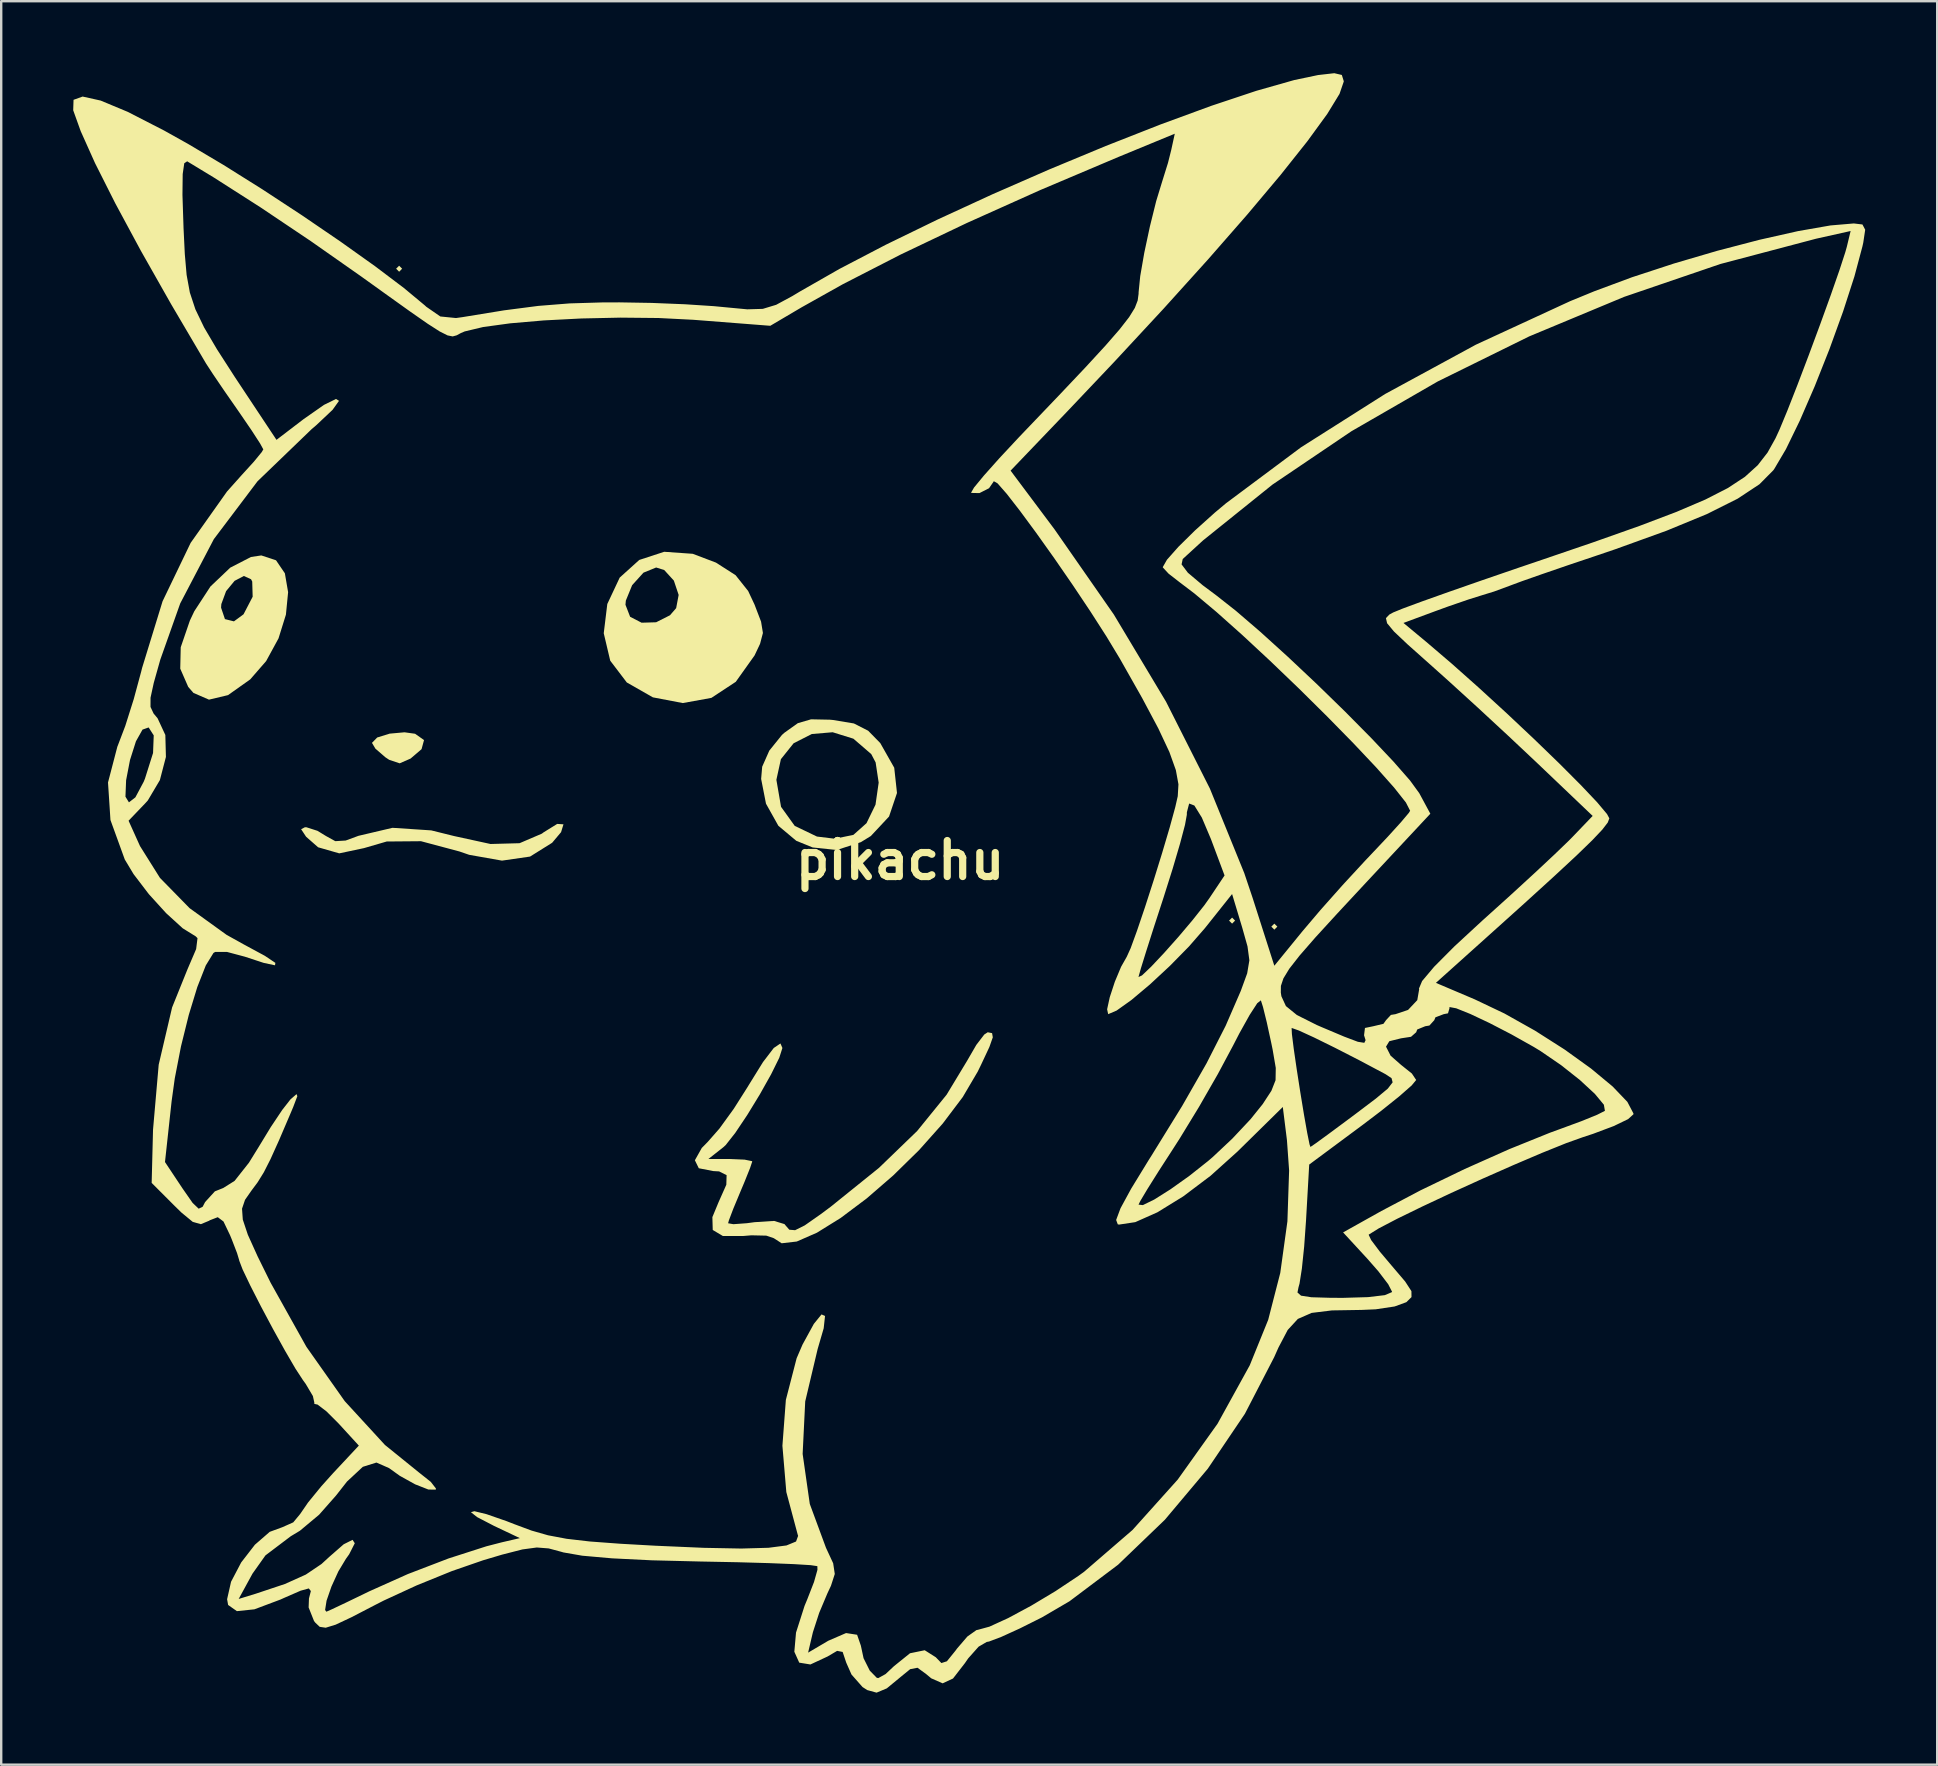
<source format=kicad_pcb>
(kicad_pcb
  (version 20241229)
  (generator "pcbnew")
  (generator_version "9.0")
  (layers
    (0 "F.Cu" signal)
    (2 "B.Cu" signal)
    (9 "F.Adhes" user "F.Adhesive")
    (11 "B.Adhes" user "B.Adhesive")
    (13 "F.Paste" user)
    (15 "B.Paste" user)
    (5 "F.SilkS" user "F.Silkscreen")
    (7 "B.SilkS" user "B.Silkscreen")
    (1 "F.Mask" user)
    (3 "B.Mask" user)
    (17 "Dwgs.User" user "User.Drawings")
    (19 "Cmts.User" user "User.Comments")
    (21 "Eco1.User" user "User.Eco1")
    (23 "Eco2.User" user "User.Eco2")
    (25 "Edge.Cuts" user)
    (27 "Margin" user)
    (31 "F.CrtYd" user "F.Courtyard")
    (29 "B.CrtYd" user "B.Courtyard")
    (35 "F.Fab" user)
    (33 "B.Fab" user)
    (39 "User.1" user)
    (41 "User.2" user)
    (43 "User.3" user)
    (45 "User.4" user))
  (footprint "pikachu"
    (layer "F.Cu")
    (at 34.453 32.792)
    (property "Reference" "pikachu" (at 0 0 0) (layer "F.SilkS") (effects (font (size 1.5 1.5) (thickness 0.3))))
    (attr board_only exclude_from_pos_files exclude_from_bom)
    (fp_poly (pts (xy -20.748 -24.646) (xy -20.873 -24.52) (xy -20.999 -24.646) (xy -20.873 -24.771)) (stroke (width 0) (type solid)) (fill yes) (layer "F.SilkS"))
    (fp_poly (pts (xy 13.957 2.515) (xy 13.832 2.641) (xy 13.706 2.515) (xy 13.832 2.389)) (stroke (width 0) (type solid)) (fill yes) (layer "F.SilkS"))
    (fp_poly (pts (xy 15.718 2.766) (xy 15.592 2.892) (xy 15.466 2.766) (xy 15.592 2.641)) (stroke (width 0) (type solid)) (fill yes) (layer "F.SilkS"))
    (fp_poly (pts (xy -20.209 -5.27) (xy -19.836 -5.007) (xy -19.939 -4.628) (xy -20.396 -4.237) (xy -20.85 -4.038) (xy -21.29 -4.186) (xy -21.451 -4.293) (xy -21.863 -4.651) (xy -22.005 -4.891) (xy -21.787 -5.114) (xy -21.268 -5.275) (xy -20.648 -5.331)) (stroke (width 0) (type solid)) (fill yes) (layer "F.SilkS"))
    (fp_poly (pts (xy -14.026 -1.497) (xy -14.126 -1.17) (xy -14.498 -0.728) (xy -15.418 -0.153) (xy -16.588 0.016) (xy -17.955 -0.226) (xy -18.358 -0.365) (xy -19.962 -0.793) (xy -21.39 -0.781) (xy -22.339 -0.505) (xy -23.368 -0.287) (xy -24.249 -0.54) (xy -24.75 -0.98) (xy -24.957 -1.293) (xy -24.799 -1.375) (xy -24.739 -1.375) (xy -24.275 -1.226) (xy -23.92 -1.009) (xy -23.533 -0.795) (xy -23.101 -0.821) (xy -22.569 -1.017) (xy -21.151 -1.351) (xy -19.534 -1.244) (xy -18.587 -1.009) (xy -17.065 -0.677) (xy -15.856 -0.71) (xy -14.927 -1.108) (xy -14.858 -1.16) (xy -14.287 -1.514)) (stroke (width 0) (type solid)) (fill yes) (layer "F.SilkS"))
    (fp_poly (pts (xy -26.003 -12.498) (xy -25.634 -11.956) (xy -25.499 -11.17) (xy -25.59 -10.234) (xy -25.898 -9.245) (xy -26.414 -8.298) (xy -27.078 -7.535) (xy -28.002 -6.88) (xy -28.796 -6.691) (xy -29.443 -6.972) (xy -29.661 -7.223) (xy -29.993 -7.982) (xy -29.973 -8.874) (xy -29.591 -9.988) (xy -29.406 -10.378) (xy -29.311 -10.523) (xy -28.292 -10.523) (xy -28.131 -10.047) (xy -27.756 -9.953) (xy -27.356 -10.248) (xy -26.976 -10.979) (xy -26.994 -11.612) (xy -27.043 -11.707) (xy -27.342 -11.844) (xy -27.729 -11.641) (xy -28.083 -11.212) (xy -28.281 -10.673) (xy -28.292 -10.523) (xy -29.311 -10.523) (xy -28.734 -11.407) (xy -27.909 -12.191) (xy -27.047 -12.635) (xy -26.615 -12.7)) (stroke (width 0) (type solid)) (fill yes) (layer "F.SilkS"))
    (fp_poly (pts (xy -8.639 -12.768) (xy -7.672 -12.401) (xy -6.856 -11.878) (xy -6.331 -11.218) (xy -6.066 -10.654) (xy -5.793 -9.941) (xy -5.716 -9.469) (xy -5.836 -9.015) (xy -6.064 -8.533) (xy -6.847 -7.434) (xy -7.863 -6.765) (xy -9.054 -6.549) (xy -10.301 -6.787) (xy -11.387 -7.407) (xy -12.078 -8.315) (xy -12.348 -9.458) (xy -12.204 -10.645) (xy -11.443 -10.645) (xy -11.249 -10.144) (xy -10.771 -9.897) (xy -10.166 -9.915) (xy -9.589 -10.207) (xy -9.331 -10.504) (xy -9.227 -11.054) (xy -9.427 -11.652) (xy -9.829 -12.092) (xy -10.165 -12.197) (xy -10.693 -11.982) (xy -11.165 -11.46) (xy -11.427 -10.819) (xy -11.443 -10.645) (xy -12.204 -10.645) (xy -12.2 -10.676) (xy -11.683 -11.777) (xy -10.868 -12.512) (xy -9.829 -12.852)) (stroke (width 0) (type solid)) (fill yes) (layer "F.SilkS"))
    (fp_poly (pts (xy -2.929 -5.856) (xy -2.787 -5.843) (xy -1.925 -5.699) (xy -1.332 -5.397) (xy -0.827 -4.882) (xy -0.245 -3.855) (xy -0.13 -2.802) (xy -0.461 -1.821) (xy -1.22 -1.009) (xy -1.637 -0.753) (xy -2.638 -0.427) (xy -3.645 -0.533) (xy -4.327 -0.811) (xy -5.072 -1.435) (xy -5.588 -2.356) (xy -5.783 -3.351) (xy -5.155 -3.351) (xy -4.961 -2.226) (xy -4.39 -1.431) (xy -3.464 -0.987) (xy -2.722 -0.897) (xy -1.948 -1.056) (xy -1.401 -1.543) (xy -1.025 -2.316) (xy -0.893 -3.234) (xy -1.02 -4.076) (xy -1.203 -4.423) (xy -1.946 -5.064) (xy -2.81 -5.333) (xy -3.679 -5.259) (xy -4.437 -4.874) (xy -4.967 -4.211) (xy -5.155 -3.351) (xy -5.783 -3.351) (xy -5.79 -3.39) (xy -5.747 -3.896) (xy -5.451 -4.566) (xy -4.923 -5.221) (xy -4.82 -5.313) (xy -4.262 -5.711) (xy -3.709 -5.872)) (stroke (width 0) (type solid)) (fill yes) (layer "F.SilkS"))
    (fp_poly (pts (xy 3.832 7.204) (xy 3.862 7.378) (xy 3.719 7.783) (xy 3.377 8.513) (xy 3.233 8.808) (xy 2.61 9.866) (xy 1.775 10.972) (xy 0.789 12.078) (xy -0.289 13.135) (xy -1.397 14.094) (xy -2.476 14.904) (xy -3.465 15.518) (xy -4.305 15.886) (xy -4.935 15.959) (xy -5.262 15.748) (xy -5.573 15.641) (xy -6.197 15.627) (xy -6.53 15.655) (xy -7.383 15.657) (xy -7.807 15.404) (xy -7.822 14.869) (xy -7.563 14.244) (xy -7.241 13.52) (xy -7.229 13.121) (xy -7.542 12.964) (xy -7.781 12.951) (xy -8.388 12.833) (xy -8.551 12.5) (xy -8.263 11.987) (xy -8.014 11.733) (xy -7.529 11.181) (xy -6.931 10.356) (xy -6.345 9.432) (xy -6.307 9.368) (xy -5.713 8.409) (xy -5.264 7.822) (xy -4.986 7.634) (xy -4.904 7.822) (xy -5.035 8.23) (xy -5.375 8.919) (xy -5.846 9.758) (xy -6.37 10.616) (xy -6.869 11.361) (xy -7.264 11.863) (xy -7.364 11.956) (xy -7.99 12.449) (xy -7.075 12.449) (xy -6.48 12.474) (xy -6.173 12.537) (xy -6.161 12.553) (xy -6.252 12.825) (xy -6.484 13.404) (xy -6.664 13.832) (xy -6.952 14.524) (xy -7.134 15.005) (xy -7.167 15.125) (xy -6.946 15.164) (xy -6.386 15.123) (xy -6.065 15.08) (xy -5.249 15.028) (xy -4.817 15.16) (xy -4.793 15.191) (xy -4.617 15.394) (xy -4.375 15.414) (xy -3.973 15.213) (xy -3.316 14.753) (xy -2.892 14.437) (xy -0.881 12.817) (xy 0.709 11.282) (xy 1.938 9.768) (xy 2.788 8.362) (xy 3.175 7.694) (xy 3.507 7.261) (xy 3.651 7.167)) (stroke (width 0) (type solid)) (fill yes) (layer "F.SilkS"))
    (fp_poly (pts (xy 18.404 -32.719) (xy 18.484 -32.462) (xy 18.484 -32.443) (xy 18.308 -31.93) (xy 17.796 -31.093) (xy 16.969 -29.958) (xy 15.852 -28.553) (xy 14.466 -26.904) (xy 12.835 -25.039) (xy 10.981 -22.985) (xy 8.927 -20.77) (xy 6.954 -18.688) (xy 4.603 -16.233) (xy 6.43 -13.792) (xy 8.906 -10.236) (xy 11.08 -6.605) (xy 12.907 -2.986) (xy 14.339 0.535) (xy 14.687 1.569) (xy 15.592 4.395) (xy 16.769 2.952) (xy 17.514 2.074) (xy 18.44 1.032) (xy 19.377 0.017) (xy 19.598 -0.216) (xy 20.311 -0.971) (xy 20.869 -1.586) (xy 21.197 -1.975) (xy 21.25 -2.062) (xy 21.073 -2.407) (xy 20.58 -3.03) (xy 19.83 -3.874) (xy 18.88 -4.881) (xy 17.789 -5.994) (xy 16.616 -7.155) (xy 15.418 -8.305) (xy 14.253 -9.388) (xy 13.18 -10.345) (xy 12.257 -11.119) (xy 11.665 -11.568) (xy 11.184 -11.942) (xy 10.949 -12.196) (xy 10.944 -12.215) (xy 11.008 -12.327) (xy 11.727 -12.327) (xy 11.989 -11.98) (xy 12.609 -11.457) (xy 13.158 -11.048) (xy 13.987 -10.395) (xy 15.012 -9.514) (xy 16.159 -8.474) (xy 17.359 -7.344) (xy 18.539 -6.194) (xy 19.627 -5.094) (xy 20.553 -4.114) (xy 21.245 -3.324) (xy 21.632 -2.792) (xy 21.637 -2.782) (xy 22.092 -1.938) (xy 19.426 0.917) (xy 18.207 2.228) (xy 17.292 3.228) (xy 16.642 3.975) (xy 16.215 4.521) (xy 15.97 4.923) (xy 15.866 5.235) (xy 15.862 5.513) (xy 15.886 5.667) (xy 16.074 6.076) (xy 16.532 6.449) (xy 17.359 6.864) (xy 17.559 6.951) (xy 18.505 7.35) (xy 19.072 7.564) (xy 19.341 7.607) (xy 19.394 7.497) (xy 19.33 7.293) (xy 19.368 6.988) (xy 19.715 6.916) (xy 20.138 6.815) (xy 20.245 6.664) (xy 20.449 6.444) (xy 20.64 6.413) (xy 21.163 6.237) (xy 21.548 5.829) (xy 21.627 5.372) (xy 21.618 5.346) (xy 21.749 5.033) (xy 22.25 4.438) (xy 23.093 3.591) (xy 24.253 2.519) (xy 24.322 2.457) (xy 25.397 1.488) (xy 26.408 0.56) (xy 27.264 -0.24) (xy 27.87 -0.824) (xy 28.008 -0.964) (xy 28.855 -1.847) (xy 26.499 -4.092) (xy 25.345 -5.178) (xy 24.068 -6.361) (xy 22.843 -7.477) (xy 22.053 -8.184) (xy 21.149 -8.989) (xy 20.577 -9.53) (xy 20.29 -9.875) (xy 20.242 -10.088) (xy 20.385 -10.237) (xy 20.544 -10.324) (xy 20.945 -10.488) (xy 21.746 -10.784) (xy 22.87 -11.184) (xy 24.24 -11.662) (xy 25.779 -12.191) (xy 26.532 -12.446) (xy 28.881 -13.248) (xy 30.802 -13.928) (xy 32.343 -14.513) (xy 33.556 -15.031) (xy 34.492 -15.51) (xy 35.201 -15.977) (xy 35.733 -16.459) (xy 36.141 -16.985) (xy 36.473 -17.581) (xy 36.642 -17.948) (xy 36.97 -18.74) (xy 37.39 -19.811) (xy 37.859 -21.046) (xy 38.335 -22.33) (xy 38.776 -23.549) (xy 39.138 -24.587) (xy 39.38 -25.33) (xy 39.444 -25.557) (xy 39.603 -26.217) (xy 38.16 -25.895) (xy 34.177 -24.843) (xy 30.166 -23.473) (xy 26.211 -21.826) (xy 22.396 -19.946) (xy 18.804 -17.874) (xy 15.517 -15.653) (xy 12.621 -13.325) (xy 11.775 -12.55) (xy 11.727 -12.327) (xy 11.008 -12.327) (xy 11.119 -12.522) (xy 11.596 -13.06) (xy 12.289 -13.743) (xy 13.11 -14.481) (xy 13.58 -14.875) (xy 16.704 -17.205) (xy 20.213 -19.429) (xy 23.989 -21.481) (xy 27.915 -23.293) (xy 28.921 -23.706) (xy 30.496 -24.291) (xy 32.239 -24.862) (xy 34.044 -25.392) (xy 35.804 -25.851) (xy 37.413 -26.213) (xy 38.763 -26.449) (xy 39.736 -26.532) (xy 40.096 -26.489) (xy 40.21 -26.27) (xy 40.13 -25.733) (xy 40.094 -25.571) (xy 39.762 -24.327) (xy 39.289 -22.864) (xy 38.722 -21.298) (xy 38.105 -19.743) (xy 37.485 -18.315) (xy 36.909 -17.13) (xy 36.421 -16.302) (xy 36.383 -16.249) (xy 35.805 -15.666) (xy 34.895 -15.064) (xy 33.615 -14.423) (xy 31.929 -13.728) (xy 29.798 -12.958) (xy 29.047 -12.703) (xy 27.827 -12.292) (xy 26.747 -11.921) (xy 25.913 -11.628) (xy 25.433 -11.45) (xy 25.4 -11.437) (xy 24.747 -11.196) (xy 24.268 -11.049) (xy 23.676 -10.863) (xy 22.842 -10.576) (xy 22.306 -10.381) (xy 20.972 -9.887) (xy 21.928 -9.093) (xy 22.97 -8.203) (xy 24.105 -7.194) (xy 25.272 -6.125) (xy 26.409 -5.054) (xy 27.457 -4.04) (xy 28.354 -3.141) (xy 29.04 -2.417) (xy 29.454 -1.924) (xy 29.55 -1.745) (xy 29.483 -1.569) (xy 29.258 -1.277) (xy 28.838 -0.833) (xy 28.183 -0.198) (xy 27.256 0.663) (xy 26.02 1.788) (xy 24.742 2.938) (xy 22.324 5.109) (xy 23.939 5.795) (xy 25.181 6.386) (xy 26.456 7.102) (xy 27.684 7.885) (xy 28.788 8.679) (xy 29.686 9.425) (xy 30.301 10.067) (xy 30.553 10.547) (xy 30.555 10.584) (xy 30.332 10.786) (xy 29.734 11.075) (xy 28.872 11.399) (xy 28.46 11.534) (xy 27.745 11.79) (xy 26.745 12.193) (xy 25.553 12.701) (xy 24.26 13.272) (xy 22.96 13.863) (xy 21.745 14.433) (xy 20.708 14.939) (xy 19.942 15.339) (xy 19.538 15.59) (xy 19.522 15.604) (xy 19.625 15.824) (xy 19.987 16.306) (xy 20.482 16.893) (xy 21.043 17.552) (xy 21.304 17.953) (xy 21.307 18.202) (xy 21.097 18.409) (xy 21.093 18.413) (xy 20.604 18.592) (xy 19.817 18.71) (xy 19.222 18.736) (xy 17.992 18.756) (xy 17.147 18.86) (xy 16.572 19.111) (xy 16.149 19.571) (xy 15.763 20.305) (xy 15.584 20.707) (xy 14.366 23.062) (xy 12.82 25.351) (xy 11.03 27.48) (xy 9.081 29.353) (xy 7.057 30.875) (xy 5.908 31.547) (xy 4.986 32.008) (xy 4.211 32.361) (xy 3.706 32.552) (xy 3.608 32.57) (xy 3.27 32.767) (xy 2.836 33.255) (xy 2.701 33.451) (xy 2.204 34.093) (xy 1.773 34.294) (xy 1.297 34.085) (xy 1.086 33.909) (xy 0.725 33.645) (xy 0.419 33.704) (xy 0.06 33.997) (xy -0.555 34.504) (xy -0.981 34.682) (xy -1.369 34.575) (xy -1.565 34.449) (xy -2.026 33.926) (xy -2.245 33.431) (xy -2.394 32.986) (xy -2.624 32.941) (xy -3.019 33.174) (xy -3.737 33.508) (xy -4.203 33.432) (xy -4.407 32.978) (xy -4.337 32.18) (xy -3.982 31.068) (xy -3.864 30.783) (xy -3.587 30.07) (xy -3.444 29.564) (xy -3.448 29.412) (xy -3.727 29.37) (xy -4.427 29.327) (xy -5.471 29.285) (xy -6.777 29.248) (xy -8.266 29.219) (xy -8.324 29.218) (xy -10.348 29.168) (xy -12.002 29.086) (xy -13.244 28.976) (xy -14.032 28.839) (xy -14.105 28.817) (xy -14.64 28.673) (xy -15.137 28.634) (xy -15.738 28.715) (xy -16.58 28.931) (xy -17.375 29.167) (xy -18.675 29.617) (xy -20.142 30.213) (xy -21.512 30.844) (xy -21.841 31.012) (xy -22.855 31.538) (xy -23.521 31.851) (xy -23.932 31.977) (xy -24.182 31.94) (xy -24.366 31.766) (xy -24.42 31.695) (xy -24.644 31.133) (xy -24.63 30.757) (xy -24.551 30.449) (xy -24.636 30.34) (xy -24.977 30.434) (xy -25.667 30.735) (xy -25.813 30.801) (xy -26.902 31.21) (xy -27.633 31.286) (xy -27.998 31.029) (xy -28.041 30.79) (xy -27.876 30.061) (xy -27.454 29.257) (xy -26.882 28.518) (xy -26.265 27.982) (xy -25.739 27.789) (xy -25.285 27.587) (xy -24.997 27.239) (xy -24.669 26.761) (xy -24.121 26.09) (xy -23.627 25.539) (xy -22.552 24.389) (xy -23.392 23.472) (xy -23.9 22.964) (xy -24.271 22.68) (xy -24.376 22.657) (xy -24.422 22.627) (xy -24.405 22.603) (xy -24.467 22.323) (xy -24.765 21.82) (xy -24.881 21.66) (xy -25.193 21.182) (xy -25.629 20.433) (xy -26.129 19.53) (xy -26.631 18.588) (xy -27.074 17.721) (xy -27.396 17.047) (xy -27.536 16.68) (xy -27.538 16.662) (xy -27.626 16.369) (xy -27.845 15.8) (xy -27.918 15.623) (xy -28.191 15.052) (xy -28.43 14.872) (xy -28.758 14.999) (xy -28.797 15.023) (xy -29.134 15.163) (xy -29.473 15.067) (xy -29.947 14.676) (xy -30.24 14.389) (xy -31.184 13.444) (xy -31.127 11.225) (xy -30.891 8.518) (xy -30.332 6.131) (xy -29.695 4.552) (xy -29.331 3.702) (xy -29.274 3.246) (xy -29.349 3.171) (xy -29.89 2.835) (xy -30.581 2.205) (xy -31.304 1.409) (xy -31.938 0.578) (xy -32.304 -0.031) (xy -32.89 -1.647) (xy -32.146 -1.647) (xy -31.67 -0.591) (xy -30.839 0.734) (xy -29.603 1.997) (xy -28.063 3.108) (xy -27.359 3.5) (xy -26.468 3.982) (xy -26.03 4.276) (xy -26.045 4.377) (xy -26.515 4.277) (xy -27.3 4.019) (xy -28.05 3.819) (xy -28.536 3.82) (xy -28.609 3.863) (xy -28.929 4.383) (xy -29.283 5.284) (xy -29.638 6.447) (xy -29.962 7.754) (xy -30.221 9.088) (xy -30.353 10.042) (xy -30.629 12.574) (xy -29.906 13.662) (xy -29.478 14.277) (xy -29.225 14.518) (xy -29.059 14.437) (xy -28.957 14.241) (xy -28.55 13.795) (xy -28.202 13.656) (xy -27.73 13.36) (xy -27.131 12.602) (xy -26.737 11.965) (xy -26.219 11.114) (xy -25.741 10.399) (xy -25.403 9.967) (xy -25.389 9.954) (xy -25.148 9.744) (xy -25.115 9.831) (xy -25.288 10.286) (xy -25.378 10.5) (xy -25.872 11.655) (xy -26.232 12.453) (xy -26.512 13.004) (xy -26.767 13.416) (xy -27.029 13.768) (xy -27.294 14.148) (xy -27.419 14.518) (xy -27.387 14.972) (xy -27.177 15.603) (xy -26.77 16.503) (xy -26.227 17.604) (xy -24.737 20.272) (xy -23.14 22.536) (xy -21.464 24.362) (xy -20.041 25.513) (xy -19.554 25.9) (xy -19.34 26.176) (xy -19.35 26.224) (xy -19.655 26.219) (xy -20.207 26.002) (xy -20.843 25.649) (xy -21.295 25.325) (xy -21.819 25.095) (xy -22.386 25.273) (xy -23.044 25.885) (xy -23.503 26.47) (xy -24.207 27.268) (xy -25.008 27.937) (xy -25.389 28.166) (xy -26.443 28.963) (xy -26.983 29.724) (xy -27.559 30.778) (xy -26.857 30.563) (xy -25.631 30.154) (xy -24.762 29.763) (xy -24.109 29.323) (xy -23.777 29.019) (xy -23.183 28.5) (xy -22.814 28.315) (xy -22.721 28.457) (xy -22.955 28.917) (xy -23.092 29.109) (xy -23.406 29.631) (xy -23.694 30.263) (xy -23.897 30.85) (xy -23.958 31.238) (xy -23.904 31.31) (xy -23.675 31.208) (xy -23.106 30.939) (xy -22.311 30.555) (xy -22.116 30.46) (xy -20.51 29.741) (xy -18.815 29.091) (xy -17.24 28.585) (xy -16.598 28.419) (xy -15.844 28.244) (xy -16.922 27.733) (xy -17.622 27.369) (xy -17.882 27.164) (xy -17.739 27.122) (xy -17.231 27.246) (xy -16.395 27.537) (xy -16.067 27.665) (xy -15.357 27.929) (xy -14.668 28.126) (xy -13.894 28.272) (xy -12.926 28.384) (xy -11.657 28.478) (xy -10.202 28.56) (xy -8.179 28.648) (xy -6.618 28.678) (xy -5.482 28.646) (xy -4.734 28.549) (xy -4.336 28.385) (xy -4.25 28.151) (xy -4.266 28.1) (xy -4.741 26.323) (xy -4.904 24.396) (xy -4.76 22.484) (xy -4.312 20.751) (xy -4.066 20.179) (xy -3.595 19.318) (xy -3.274 18.923) (xy -3.128 18.987) (xy -3.184 19.501) (xy -3.436 20.366) (xy -3.954 22.549) (xy -4.061 24.736) (xy -3.763 26.82) (xy -3.088 28.648) (xy -2.789 29.292) (xy -2.722 29.738) (xy -2.881 30.229) (xy -3.025 30.535) (xy -3.371 31.356) (xy -3.631 32.157) (xy -3.648 32.225) (xy -3.833 33.015) (xy -2.993 32.52) (xy -2.252 32.199) (xy -1.792 32.27) (xy -1.635 32.724) (xy -1.523 33.247) (xy -1.264 33.765) (xy -0.974 34.062) (xy -0.91 34.076) (xy -0.606 33.908) (xy -0.257 33.58) (xy 0.412 33.041) (xy 1.025 32.915) (xy 1.486 33.207) (xy 1.72 33.449) (xy 1.95 33.375) (xy 2.305 32.936) (xy 2.365 32.853) (xy 2.803 32.343) (xy 3.179 32.076) (xy 3.24 32.064) (xy 3.723 31.932) (xy 4.501 31.576) (xy 5.457 31.062) (xy 6.473 30.453) (xy 7.432 29.815) (xy 7.67 29.642) (xy 9.682 27.905) (xy 11.565 25.807) (xy 13.225 23.478) (xy 14.567 21.045) (xy 15.337 19.146) (xy 15.629 18.01) (xy 16.556 18.01) (xy 16.705 18.142) (xy 17.138 18.208) (xy 17.942 18.231) (xy 18.457 18.233) (xy 19.492 18.203) (xy 20.197 18.12) (xy 20.492 17.994) (xy 20.496 17.976) (xy 20.337 17.666) (xy 19.925 17.125) (xy 19.476 16.612) (xy 18.457 15.506) (xy 20.05 14.615) (xy 21.683 13.753) (xy 23.527 12.863) (xy 25.388 12.034) (xy 27.075 11.353) (xy 27.538 11.184) (xy 28.387 10.871) (xy 29.043 10.604) (xy 29.366 10.441) (xy 29.366 10.441) (xy 29.322 10.186) (xy 28.945 9.732) (xy 28.322 9.156) (xy 27.54 8.537) (xy 26.686 7.952) (xy 26.404 7.78) (xy 25.464 7.252) (xy 24.55 6.779) (xy 23.755 6.404) (xy 23.171 6.169) (xy 22.889 6.116) (xy 22.889 6.168) (xy 22.828 6.378) (xy 22.649 6.413) (xy 22.304 6.544) (xy 22.256 6.664) (xy 22.053 6.887) (xy 21.879 6.916) (xy 21.545 7.052) (xy 21.502 7.167) (xy 21.287 7.356) (xy 20.873 7.419) (xy 20.383 7.54) (xy 20.245 7.767) (xy 20.437 8.144) (xy 20.873 8.527) (xy 21.322 8.886) (xy 21.502 9.156) (xy 21.312 9.385) (xy 20.796 9.838) (xy 20.037 10.446) (xy 19.273 11.026) (xy 17.045 12.679) (xy 16.912 15.016) (xy 16.835 16.095) (xy 16.739 17.017) (xy 16.641 17.642) (xy 16.599 17.793) (xy 16.556 18.01) (xy 15.629 18.01) (xy 15.839 17.196) (xy 16.137 15.044) (xy 16.208 12.927) (xy 16.117 11.658) (xy 15.945 10.28) (xy 14.054 12.14) (xy 12.936 13.146) (xy 11.794 14.007) (xy 10.719 14.669) (xy 9.799 15.078) (xy 9.124 15.18) (xy 9.069 15.17) (xy 9.001 14.988) (xy 9.182 14.503) (xy 9.265 14.349) (xy 9.934 14.349) (xy 10.114 14.369) (xy 10.59 14.136) (xy 11.265 13.71) (xy 12.044 13.156) (xy 12.83 12.533) (xy 13.023 12.368) (xy 13.84 11.6) (xy 14.601 10.79) (xy 15.102 10.167) (xy 15.469 9.607) (xy 15.643 9.165) (xy 15.652 8.654) (xy 15.521 7.889) (xy 15.463 7.607) (xy 15.329 6.993) (xy 16.312 6.993) (xy 16.324 7.244) (xy 16.401 7.858) (xy 16.524 8.704) (xy 16.672 9.654) (xy 16.824 10.58) (xy 16.96 11.351) (xy 17.059 11.84) (xy 17.096 11.946) (xy 17.301 11.806) (xy 17.817 11.431) (xy 18.55 10.888) (xy 18.962 10.581) (xy 19.816 9.935) (xy 20.319 9.516) (xy 20.521 9.254) (xy 20.475 9.079) (xy 20.233 8.919) (xy 20.201 8.901) (xy 19.133 8.334) (xy 18.117 7.813) (xy 17.246 7.384) (xy 16.616 7.095) (xy 16.321 6.99) (xy 16.312 6.993) (xy 15.329 6.993) (xy 15.279 6.76) (xy 15.12 6.116) (xy 15.031 5.837) (xy 14.88 5.957) (xy 14.565 6.443) (xy 14.139 7.206) (xy 13.872 7.723) (xy 13.238 8.909) (xy 12.454 10.275) (xy 11.655 11.585) (xy 11.378 12.017) (xy 10.782 12.939) (xy 10.306 13.697) (xy 10.007 14.198) (xy 9.934 14.349) (xy 9.265 14.349) (xy 9.628 13.682) (xy 10.356 12.493) (xy 10.464 12.323) (xy 11.748 10.243) (xy 12.765 8.465) (xy 13.563 6.898) (xy 14.19 5.454) (xy 14.196 5.439) (xy 14.461 4.712) (xy 14.552 4.17) (xy 14.474 3.588) (xy 14.255 2.811) (xy 13.832 1.408) (xy 12.7 2.829) (xy 12.035 3.593) (xy 11.239 4.403) (xy 10.408 5.175) (xy 9.636 5.824) (xy 9.019 6.264) (xy 8.669 6.413) (xy 8.625 6.21) (xy 8.735 5.707) (xy 8.946 5.063) (xy 9.029 4.865) (xy 9.934 4.865) (xy 10.079 4.798) (xy 10.46 4.435) (xy 10.994 3.868) (xy 11.597 3.191) (xy 12.185 2.495) (xy 12.677 1.874) (xy 12.89 1.574) (xy 13.518 0.634) (xy 12.952 -0.878) (xy 12.572 -1.776) (xy 12.26 -2.28) (xy 12.043 -2.363) (xy 11.948 -1.999) (xy 11.946 -1.894) (xy 11.87 -1.474) (xy 11.662 -0.687) (xy 11.354 0.358) (xy 10.977 1.551) (xy 10.94 1.665) (xy 10.561 2.827) (xy 10.248 3.809) (xy 10.029 4.515) (xy 9.935 4.853) (xy 9.934 4.865) (xy 9.029 4.865) (xy 9.208 4.437) (xy 9.442 4.024) (xy 9.605 3.665) (xy 9.87 2.938) (xy 10.202 1.957) (xy 10.564 0.836) (xy 10.919 -0.309) (xy 11.232 -1.365) (xy 11.465 -2.216) (xy 11.568 -2.668) (xy 11.597 -3.163) (xy 11.489 -3.755) (xy 11.219 -4.51) (xy 10.759 -5.491) (xy 10.081 -6.765) (xy 9.158 -8.395) (xy 9.14 -8.425) (xy 8.597 -9.324) (xy 7.929 -10.365) (xy 7.186 -11.477) (xy 6.416 -12.593) (xy 5.669 -13.642) (xy 4.995 -14.556) (xy 4.443 -15.266) (xy 4.061 -15.702) (xy 3.9 -15.795) (xy 3.898 -15.779) (xy 3.705 -15.5) (xy 3.306 -15.297) (xy 2.973 -15.304) (xy 2.958 -15.317) (xy 3.08 -15.529) (xy 3.494 -16.031) (xy 4.14 -16.755) (xy 4.957 -17.631) (xy 5.214 -17.9) (xy 6.627 -19.378) (xy 7.728 -20.542) (xy 8.555 -21.441) (xy 9.147 -22.121) (xy 9.542 -22.629) (xy 9.78 -23.014) (xy 9.898 -23.321) (xy 9.936 -23.598) (xy 9.937 -23.666) (xy 10.004 -24.335) (xy 10.173 -25.309) (xy 10.408 -26.41) (xy 10.669 -27.461) (xy 10.92 -28.283) (xy 10.923 -28.292) (xy 11.161 -29.055) (xy 11.297 -29.596) (xy 11.444 -30.271) (xy 9.117 -29.311) (xy 5.839 -27.923) (xy 2.785 -26.553) (xy 0.02 -25.235) (xy -2.387 -24) (xy -4.1 -23.04) (xy -5.409 -22.268) (xy -8.614 -22.518) (xy -10.063 -22.592) (xy -11.652 -22.608) (xy -13.278 -22.573) (xy -14.842 -22.492) (xy -16.242 -22.371) (xy -17.375 -22.216) (xy -18.142 -22.033) (xy -18.301 -21.965) (xy -18.478 -21.87) (xy -18.642 -21.825) (xy -18.854 -21.867) (xy -19.179 -22.03) (xy -19.679 -22.35) (xy -20.417 -22.864) (xy -21.457 -23.608) (xy -22.442 -24.315) (xy -24.548 -25.792) (xy -26.648 -27.202) (xy -28.598 -28.449) (xy -29.705 -29.121) (xy -29.826 -29.039) (xy -29.891 -28.589) (xy -29.901 -27.726) (xy -29.858 -26.407) (xy -29.856 -26.343) (xy -29.803 -25.255) (xy -29.728 -24.39) (xy -29.593 -23.654) (xy -29.362 -22.954) (xy -28.997 -22.196) (xy -28.461 -21.286) (xy -27.716 -20.129) (xy -26.89 -18.883) (xy -25.983 -17.516) (xy -24.855 -18.378) (xy -24.004 -18.973) (xy -23.504 -19.219) (xy -23.378 -19.141) (xy -23.646 -18.767) (xy -24.33 -18.122) (xy -24.513 -17.967) (xy -26.773 -15.79) (xy -28.593 -13.379) (xy -29.994 -10.701) (xy -30.823 -8.362) (xy -31.097 -7.388) (xy -31.231 -6.772) (xy -31.232 -6.388) (xy -31.104 -6.114) (xy -30.938 -5.916) (xy -30.614 -5.219) (xy -30.59 -4.304) (xy -30.842 -3.339) (xy -31.345 -2.49) (xy -31.448 -2.376) (xy -32.146 -1.647) (xy -32.89 -1.647) (xy -32.901 -1.676) (xy -32.964 -2.648) (xy -32.276 -2.648) (xy -32.131 -2.412) (xy -31.862 -2.621) (xy -31.516 -3.271) (xy -31.463 -3.4) (xy -31.126 -4.469) (xy -31.098 -5.202) (xy -31.31 -5.533) (xy -31.565 -5.443) (xy -31.839 -4.956) (xy -32.087 -4.174) (xy -32.249 -3.332) (xy -32.276 -2.648) (xy -32.964 -2.648) (xy -33.003 -3.24) (xy -32.613 -4.734) (xy -32.6 -4.764) (xy -32.282 -5.601) (xy -31.932 -6.709) (xy -31.619 -7.866) (xy -31.584 -8.008) (xy -30.729 -10.792) (xy -29.56 -13.223) (xy -28.044 -15.364) (xy -27.435 -16.046) (xy -26.926 -16.605) (xy -26.599 -17.004) (xy -26.532 -17.118) (xy -26.666 -17.364) (xy -27.019 -17.909) (xy -27.521 -18.643) (xy -27.6 -18.757) (xy -28.162 -19.565) (xy -28.631 -20.256) (xy -28.912 -20.687) (xy -28.922 -20.703) (xy -30.37 -23.163) (xy -31.637 -25.399) (xy -32.701 -27.373) (xy -33.543 -29.045) (xy -34.14 -30.376) (xy -34.453 -31.247) (xy -34.439 -31.683) (xy -34.06 -31.819) (xy -33.31 -31.652) (xy -32.182 -31.182) (xy -30.668 -30.405) (xy -29.675 -29.85) (xy -28.19 -28.969) (xy -26.575 -27.956) (xy -24.924 -26.873) (xy -23.328 -25.784) (xy -21.88 -24.753) (xy -20.674 -23.842) (xy -19.801 -23.116) (xy -19.742 -23.061) (xy -19.156 -22.656) (xy -18.505 -22.591) (xy -18.233 -22.629) (xy -16.499 -22.912) (xy -15.073 -23.097) (xy -13.769 -23.201) (xy -12.405 -23.242) (xy -11.694 -23.244) (xy -10.349 -23.221) (xy -8.965 -23.165) (xy -7.76 -23.086) (xy -7.311 -23.043) (xy -6.369 -22.954) (xy -5.722 -22.973) (xy -5.165 -23.142) (xy -4.495 -23.504) (xy -4.168 -23.7) (xy -2.53 -24.636) (xy -0.598 -25.644) (xy 1.554 -26.691) (xy 3.849 -27.748) (xy 6.212 -28.781) (xy 8.569 -29.76) (xy 10.844 -30.654) (xy 12.961 -31.431) (xy 14.845 -32.059) (xy 16.422 -32.507) (xy 17.415 -32.715) (xy 18.09 -32.792)) (stroke (width 0) (type solid)) (fill yes) (layer "F.SilkS")))
  (gr_rect
    (start -3 -3)
    (end 77.663 70.474)
    (stroke (width 0.1) (type default))
    (fill no)
    (layer "Edge.Cuts")))
</source>
